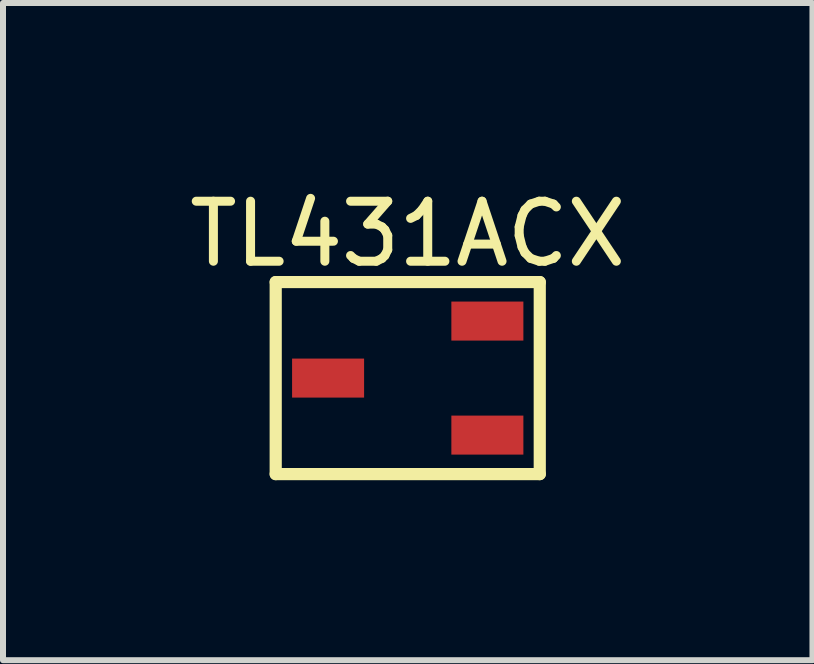
<source format=kicad_pcb>
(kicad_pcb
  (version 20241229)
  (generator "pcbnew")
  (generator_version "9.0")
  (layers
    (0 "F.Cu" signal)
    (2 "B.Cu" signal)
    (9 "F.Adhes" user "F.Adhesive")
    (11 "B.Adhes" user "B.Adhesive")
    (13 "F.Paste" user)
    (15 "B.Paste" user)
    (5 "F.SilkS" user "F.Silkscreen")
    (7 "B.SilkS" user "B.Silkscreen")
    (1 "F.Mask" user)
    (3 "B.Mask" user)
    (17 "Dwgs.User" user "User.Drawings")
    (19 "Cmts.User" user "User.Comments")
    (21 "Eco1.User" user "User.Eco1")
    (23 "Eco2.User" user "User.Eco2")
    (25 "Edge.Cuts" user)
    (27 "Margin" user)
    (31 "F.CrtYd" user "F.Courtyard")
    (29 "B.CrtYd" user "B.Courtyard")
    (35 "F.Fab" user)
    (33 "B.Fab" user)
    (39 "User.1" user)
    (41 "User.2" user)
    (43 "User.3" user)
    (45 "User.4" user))
  (footprint "TL431ACX"
    (layer "F.Cu")
    (at 3.744 3.25)
    (property "Reference" "TL431ACX" (at 0 -2.402 0) (layer "F.SilkS") (effects (font (size 1 1) (thickness 0.15))))
    (fp_line (start -2.2 -1.6) (end 2.2 -1.6) (stroke (width 0.203) (type solid)) (layer "F.SilkS"))
    (fp_line (start -2.2 1.6) (end -2.2 -1.6) (stroke (width 0.203) (type solid)) (layer "F.SilkS"))
    (fp_line (start -2.2 1.6) (end 2.2 1.6) (stroke (width 0.203) (type solid)) (layer "F.SilkS"))
    (fp_line (start 2.2 1.6) (end 2.2 -1.6) (stroke (width 0.203) (type solid)) (layer "F.SilkS"))
    (pad "A" smd rect (at -1.327 0 90) (size 0.65 1.2) (layers "F.Cu" "F.Mask" "F.Paste"))
    (pad "C" smd rect (at 1.327 -0.95 90) (size 0.65 1.2) (layers "F.Cu" "F.Mask" "F.Paste"))
    (pad "REF" smd rect (at 1.327 0.95 90) (size 0.65 1.2) (layers "F.Cu" "F.Mask" "F.Paste")))
  (gr_rect
    (start -3 -3)
    (end 10.488 7.951)
    (stroke (width 0.1) (type default))
    (fill no)
    (layer "Edge.Cuts")))
</source>
